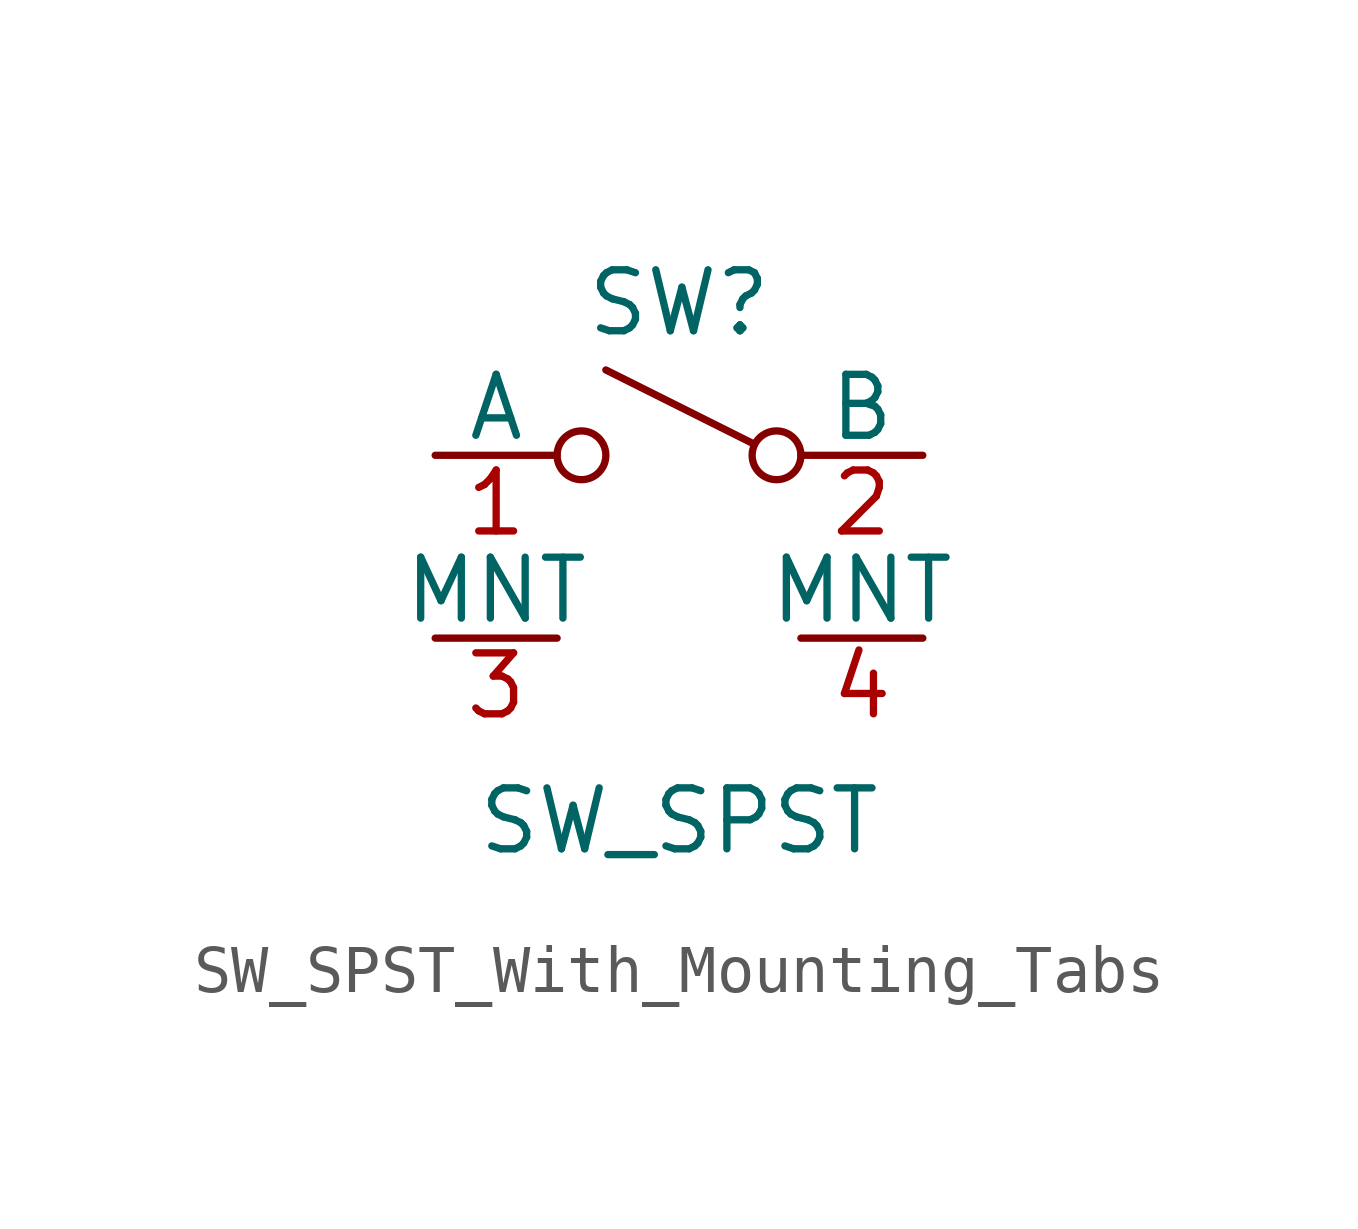
<source format=kicad_sym>
(kicad_symbol_lib
  (version 20220914)
  (generator kicad_symbol_editor)
  (symbol "SW_SPST_With_Mounting_Tabs"
    (pin_names
      (offset 0))
    (property "Reference" "SW"
      (at 0 3.175 0)
      (effects (font (size 1.27 1.27))))
    (property "Value" "SW_SPST"
      (at 0 -7.62 0)
      (effects (font (size 1.27 1.27))))
    (symbol "SW_SPST_With_Mounting_Tabs_0_0"
      (circle (center -2.032 0) (radius 0.508) (stroke (width 0) (type default)) (fill (type none)))
      (polyline (pts (xy 1.524 0.254) (xy -1.524 1.778)) (stroke (width 0) (type default)) (fill (type none)))
      (circle (center 2.032 0) (radius 0.508) (stroke (width 0) (type default)) (fill (type none))))
    (symbol "SW_SPST_With_Mounting_Tabs_1_1"
      (pin passive line (at -5.08 0 0) (length 2.54) (name "A" (effects (font (size 1.27 1.27)))) (number "1" (effects (font (size 1.27 1.27)))))
      (pin passive line (at 5.08 0 180) (length 2.54) (name "B" (effects (font (size 1.27 1.27)))) (number "2" (effects (font (size 1.27 1.27)))))
      (pin passive line (at -2.54 -3.81 180) (length 2.54) (name "MNT" (effects (font (size 1.27 1.27)))) (number "3" (effects (font (size 1.27 1.27)))))
      (pin bidirectional line (at 2.54 -3.81 0) (length 2.54) (name "MNT" (effects (font (size 1.27 1.27)))) (number "4" (effects (font (size 1.27 1.27))))))))
</source>
